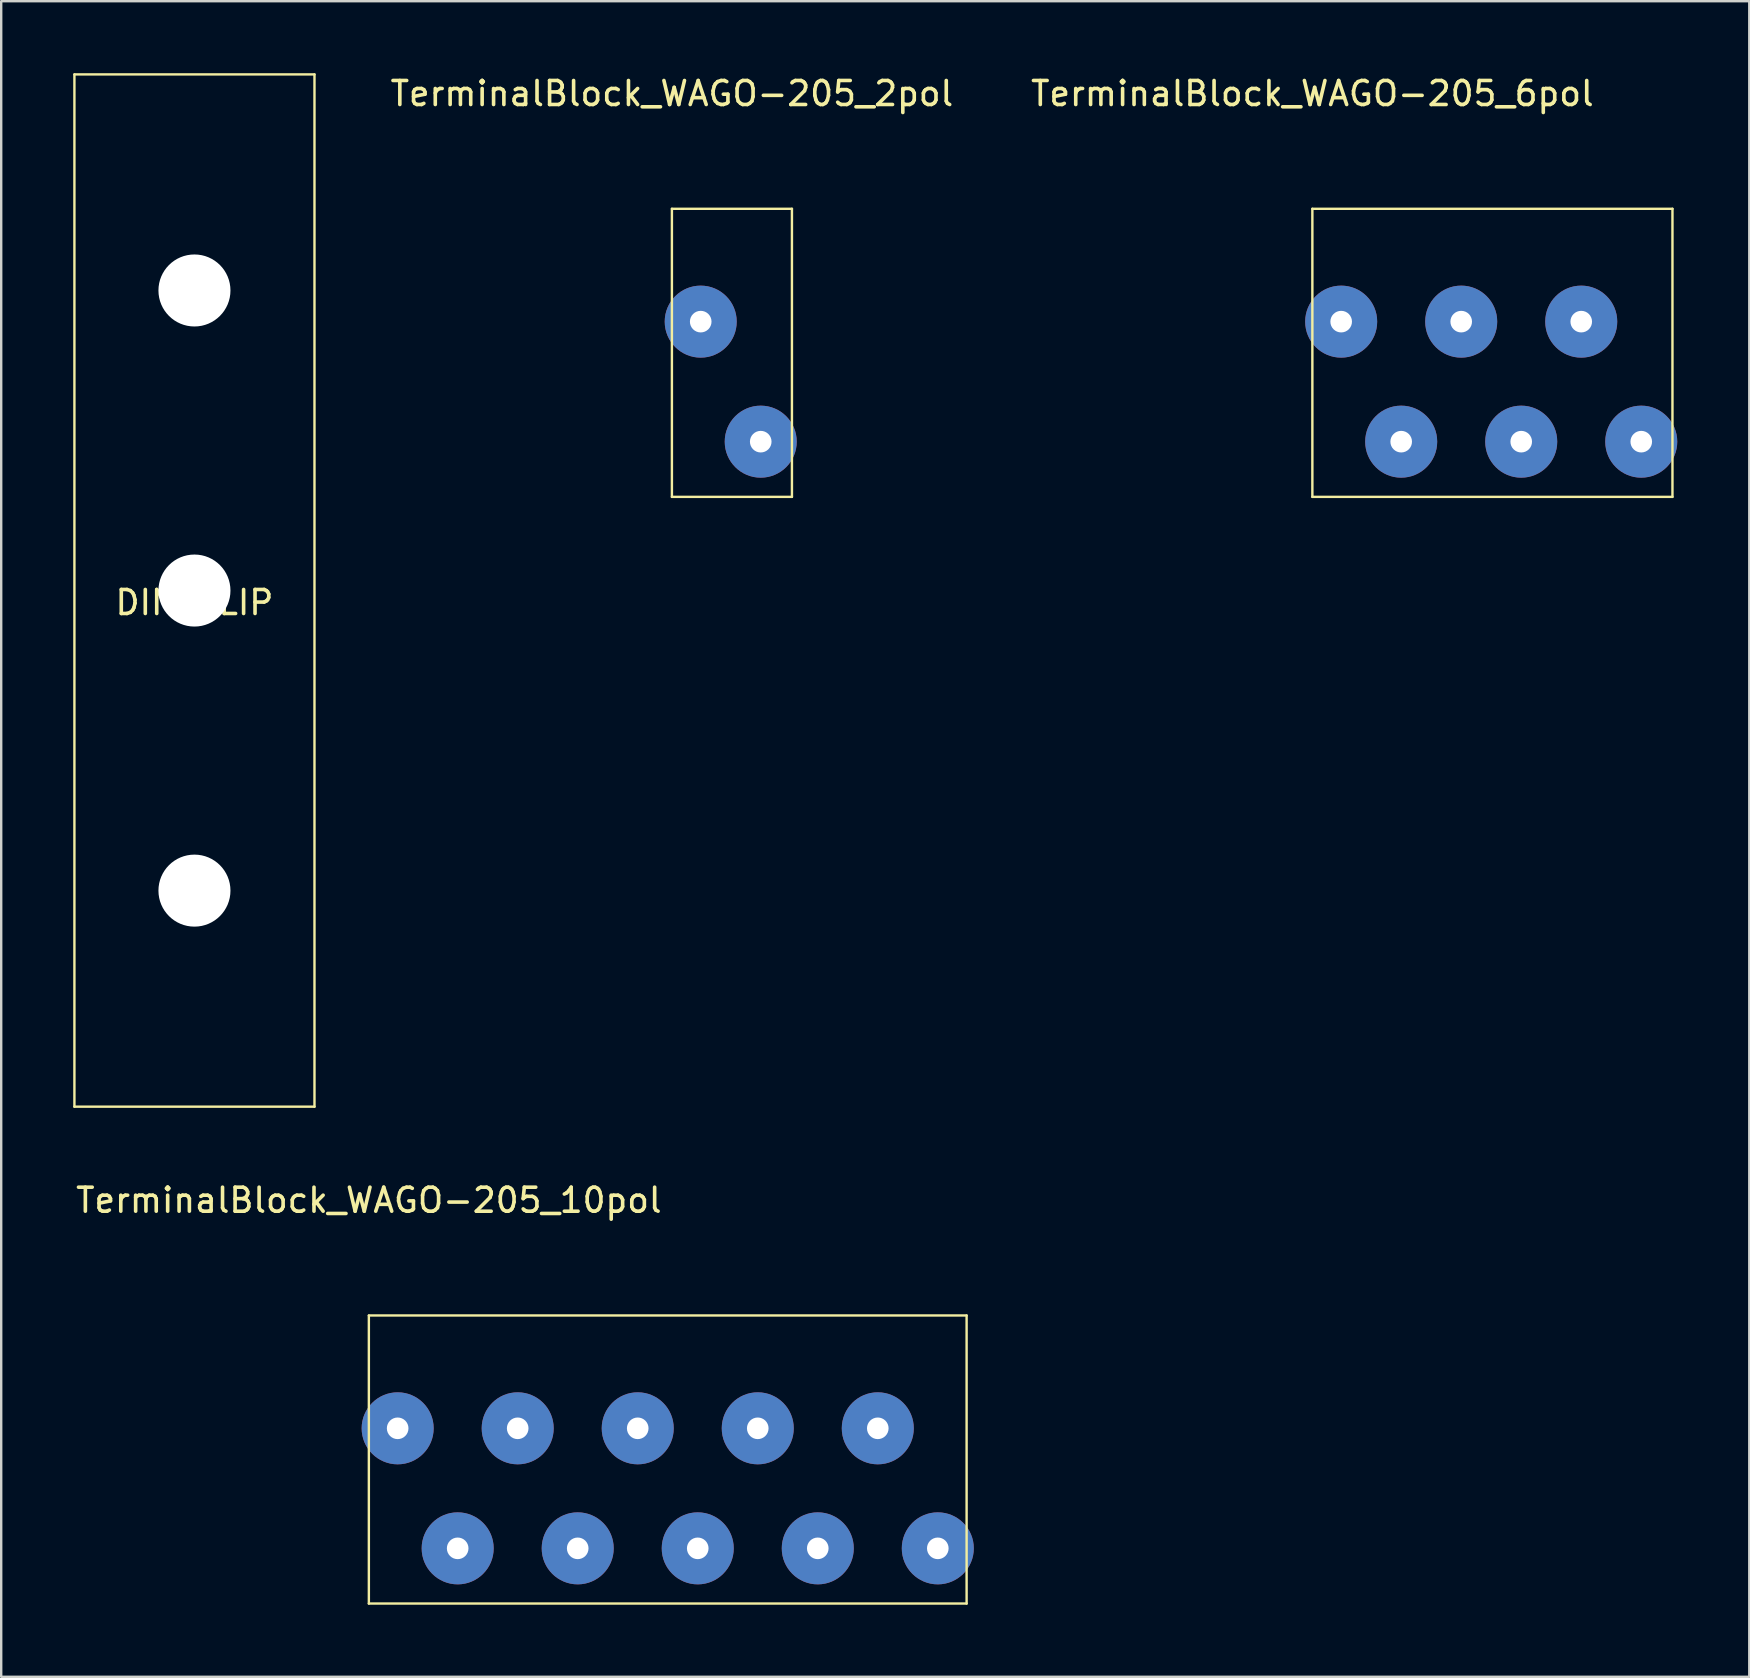
<source format=kicad_pcb>
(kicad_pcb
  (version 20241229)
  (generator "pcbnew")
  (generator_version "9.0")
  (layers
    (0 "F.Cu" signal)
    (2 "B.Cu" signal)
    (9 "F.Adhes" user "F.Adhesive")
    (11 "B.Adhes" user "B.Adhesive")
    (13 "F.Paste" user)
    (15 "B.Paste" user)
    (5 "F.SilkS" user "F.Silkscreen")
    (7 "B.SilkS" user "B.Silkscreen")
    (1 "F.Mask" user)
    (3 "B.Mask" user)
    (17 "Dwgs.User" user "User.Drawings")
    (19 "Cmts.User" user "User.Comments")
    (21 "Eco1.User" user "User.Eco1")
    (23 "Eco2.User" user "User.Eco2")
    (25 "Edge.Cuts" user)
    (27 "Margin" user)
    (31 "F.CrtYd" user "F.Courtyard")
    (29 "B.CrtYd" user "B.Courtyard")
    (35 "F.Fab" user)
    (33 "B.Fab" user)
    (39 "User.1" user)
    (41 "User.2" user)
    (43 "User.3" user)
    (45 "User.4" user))
  (footprint "TerminalBlock_WAGO-205_10pol"
    (layer "F.Cu")
    (at 12.315 56.448)
    (property "Reference" "TerminalBlock_WAGO-205_10pol" (at 0 -9.5 0) (layer "F.SilkS") (effects (font (size 1 1) (thickness 0.15))))
    (attr through_hole)
    (fp_line (start 0 -4.7) (end 0 7.3) (stroke (width 0.1) (type solid)) (layer "F.SilkS"))
    (fp_line (start 0 7.3) (end 24.9 7.3) (stroke (width 0.1) (type solid)) (layer "F.SilkS"))
    (fp_line (start 24.9 -4.7) (end 0 -4.7) (stroke (width 0.1) (type solid)) (layer "F.SilkS"))
    (fp_line (start 24.9 7.3) (end 24.9 -4.7) (stroke (width 0.1) (type solid)) (layer "F.SilkS"))
    (pad "1" thru_hole circle (at 1.2 0) (size 3 3) (drill 0.9) (layers "*.Cu" "*.Mask"))
    (pad "2" thru_hole circle (at 3.7 5) (size 3 3) (drill 0.9) (layers "*.Cu" "*.Mask"))
    (pad "3" thru_hole circle (at 6.2 0) (size 3 3) (drill 0.9) (layers "*.Cu" "*.Mask"))
    (pad "4" thru_hole circle (at 8.7 5) (size 3 3) (drill 0.9) (layers "*.Cu" "*.Mask"))
    (pad "5" thru_hole circle (at 11.2 0) (size 3 3) (drill 0.9) (layers "*.Cu" "*.Mask"))
    (pad "6" thru_hole circle (at 13.7 5) (size 3 3) (drill 0.9) (layers "*.Cu" "*.Mask"))
    (pad "7" thru_hole circle (at 16.2 0) (size 3 3) (drill 0.9) (layers "*.Cu" "*.Mask"))
    (pad "8" thru_hole circle (at 18.7 5) (size 3 3) (drill 0.9) (layers "*.Cu" "*.Mask"))
    (pad "9" thru_hole circle (at 21.2 0) (size 3 3) (drill 0.9) (layers "*.Cu" "*.Mask"))
    (pad "10" thru_hole circle (at 23.7 5) (size 3 3) (drill 0.9) (layers "*.Cu" "*.Mask")))
  (footprint "TerminalBlock_WAGO-205_6pol"
    (layer "F.Cu")
    (at 51.618 10.348)
    (property "Reference" "TerminalBlock_WAGO-205_6pol" (at 0 -9.5 0) (layer "F.SilkS") (effects (font (size 1 1) (thickness 0.15))))
    (attr through_hole)
    (fp_line (start 0 -4.7) (end 0 7.3) (stroke (width 0.1) (type solid)) (layer "F.SilkS"))
    (fp_line (start 0 7.3) (end 15 7.3) (stroke (width 0.1) (type solid)) (layer "F.SilkS"))
    (fp_line (start 15 -4.7) (end 0 -4.7) (stroke (width 0.1) (type solid)) (layer "F.SilkS"))
    (fp_line (start 15 7.3) (end 15 -4.7) (stroke (width 0.1) (type solid)) (layer "F.SilkS"))
    (pad "1" thru_hole circle (at 1.2 0) (size 3 3) (drill 0.9) (layers "*.Cu" "*.Mask"))
    (pad "2" thru_hole circle (at 3.7 5) (size 3 3) (drill 0.9) (layers "*.Cu" "*.Mask"))
    (pad "3" thru_hole circle (at 6.2 0) (size 3 3) (drill 0.9) (layers "*.Cu" "*.Mask"))
    (pad "4" thru_hole circle (at 8.7 5) (size 3 3) (drill 0.9) (layers "*.Cu" "*.Mask"))
    (pad "5" thru_hole circle (at 11.2 0) (size 3 3) (drill 0.9) (layers "*.Cu" "*.Mask"))
    (pad "6" thru_hole circle (at 13.7 5) (size 3 3) (drill 0.9) (layers "*.Cu" "*.Mask")))
  (footprint "DIN_CLIP"
    (layer "F.Cu")
    (at 5.05 21.55)
    (property "Reference" "DIN_CLIP" (at 0 0.5 0) (layer "F.SilkS") (effects (font (size 1 1) (thickness 0.15))))
    (attr through_hole)
    (fp_line (start -5 -21.5) (end 5 -21.5) (stroke (width 0.1) (type solid)) (layer "F.SilkS"))
    (fp_line (start -5 21.5) (end -5 -21.5) (stroke (width 0.1) (type solid)) (layer "F.SilkS"))
    (fp_line (start 5 -21.5) (end 5 21.5) (stroke (width 0.1) (type solid)) (layer "F.SilkS"))
    (fp_line (start 5 21.5) (end -5 21.5) (stroke (width 0.1) (type solid)) (layer "F.SilkS"))
    (pad "" np_thru_hole circle (at 0 -12.5) (size 3 3) (drill 3) (layers "*.Cu" "*.Mask"))
    (pad "" np_thru_hole circle (at 0 0) (size 3 3) (drill 3) (layers "*.Cu" "*.Mask"))
    (pad "" np_thru_hole circle (at 0 12.5) (size 3 3) (drill 3) (layers "*.Cu" "*.Mask")))
  (footprint "TerminalBlock_WAGO-205_2pol"
    (layer "F.Cu")
    (at 24.939 10.348)
    (property "Reference" "TerminalBlock_WAGO-205_2pol" (at 0 -9.5 0) (layer "F.SilkS") (effects (font (size 1 1) (thickness 0.15))))
    (attr through_hole)
    (fp_line (start 0 -4.7) (end 0 7.3) (stroke (width 0.1) (type solid)) (layer "F.SilkS"))
    (fp_line (start 0 7.3) (end 5 7.3) (stroke (width 0.1) (type solid)) (layer "F.SilkS"))
    (fp_line (start 5 -4.7) (end 0 -4.7) (stroke (width 0.1) (type solid)) (layer "F.SilkS"))
    (fp_line (start 5 7.3) (end 5 -4.7) (stroke (width 0.1) (type solid)) (layer "F.SilkS"))
    (pad "1" thru_hole circle (at 1.2 0) (size 3 3) (drill 0.9) (layers "*.Cu" "*.Mask"))
    (pad "2" thru_hole circle (at 3.7 5) (size 3 3) (drill 0.9) (layers "*.Cu" "*.Mask")))
  (gr_rect
    (start -3 -3)
    (end 69.818 66.798)
    (stroke (width 0.1) (type default))
    (fill no)
    (layer "Edge.Cuts")))
</source>
